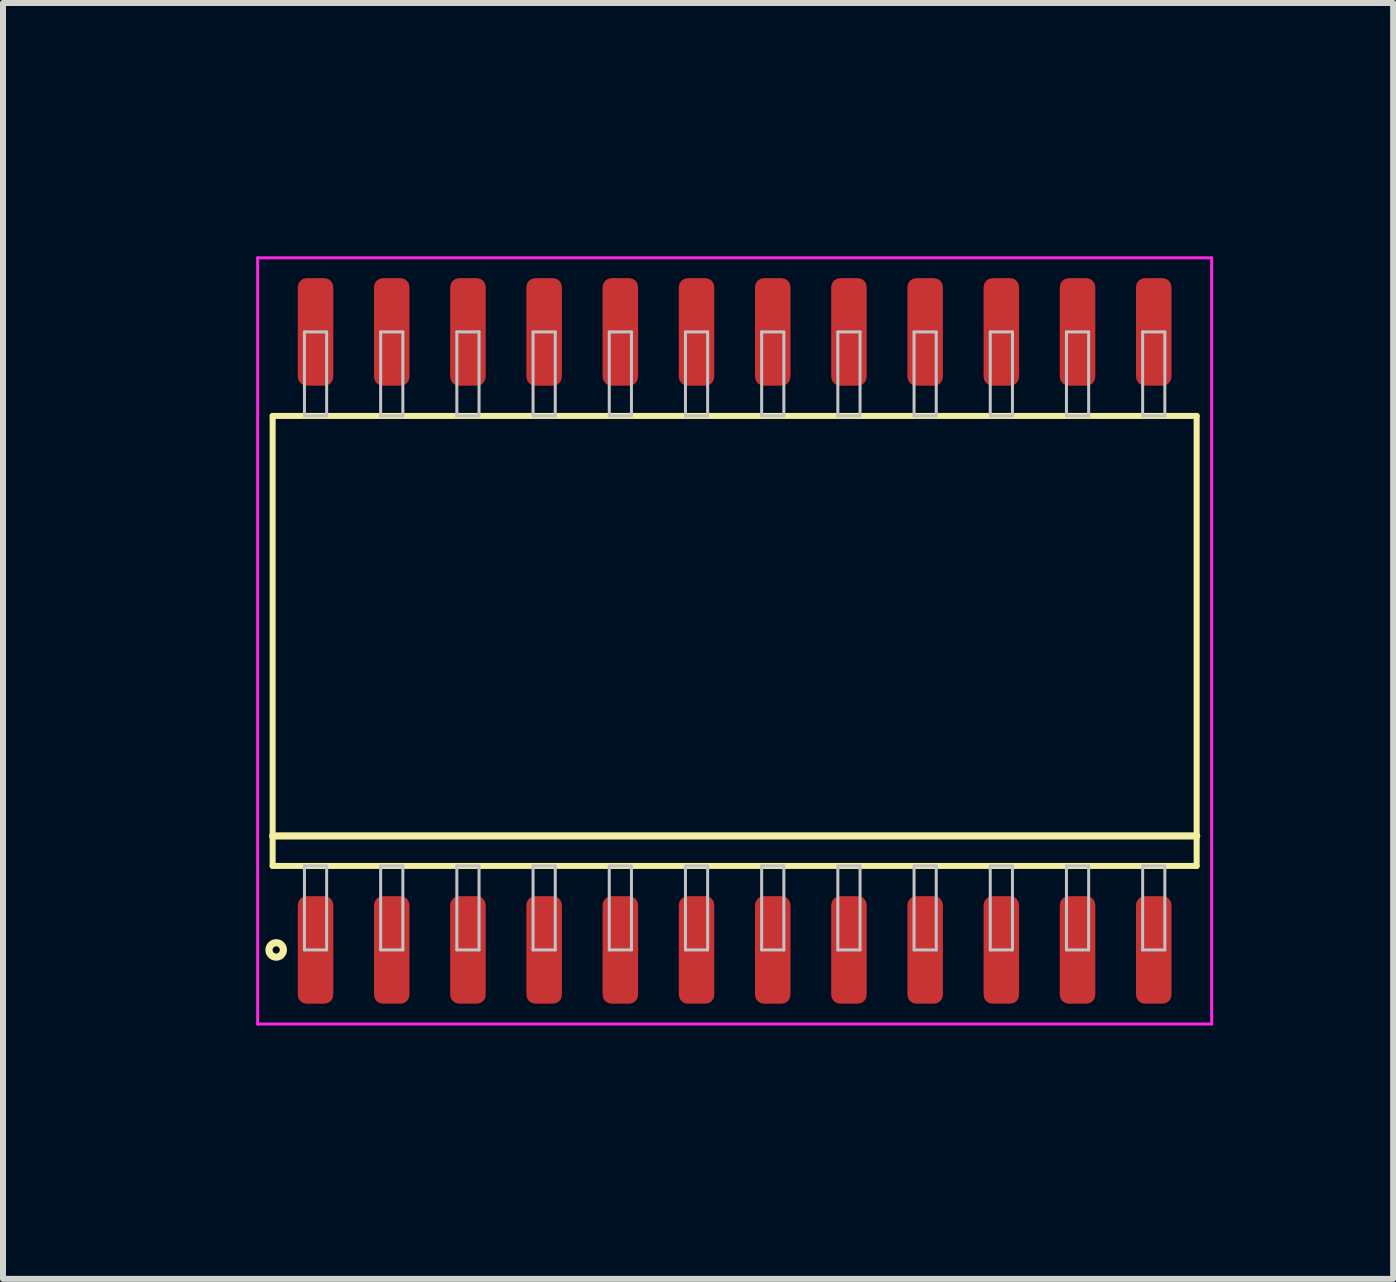
<source format=kicad_pcb>
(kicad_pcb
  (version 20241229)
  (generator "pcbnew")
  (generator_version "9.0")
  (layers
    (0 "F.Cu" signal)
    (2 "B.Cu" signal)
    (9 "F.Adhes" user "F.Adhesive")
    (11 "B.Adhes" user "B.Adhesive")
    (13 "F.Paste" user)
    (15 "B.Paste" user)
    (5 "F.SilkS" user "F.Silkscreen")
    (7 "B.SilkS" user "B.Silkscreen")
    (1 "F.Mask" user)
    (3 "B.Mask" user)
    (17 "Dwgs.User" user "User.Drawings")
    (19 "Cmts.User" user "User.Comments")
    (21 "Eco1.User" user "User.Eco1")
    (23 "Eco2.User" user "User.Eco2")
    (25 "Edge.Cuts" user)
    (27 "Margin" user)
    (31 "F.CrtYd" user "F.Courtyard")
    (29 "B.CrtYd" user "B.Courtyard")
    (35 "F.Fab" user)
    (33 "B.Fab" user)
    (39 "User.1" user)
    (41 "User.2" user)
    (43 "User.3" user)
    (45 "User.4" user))
  (footprint "SOIC127P1540x1030-24"
    (layer "F.Cu")
    (at 9.194 7.632)
    (property "Reference" "SOIC127P1540x1030-24" (at -8.55 0 90) (layer "User.1") (effects (font (size 0.8 0.8) (thickness 0.1))))
    (attr through_hole)
    (fp_line (start -7.7 -3.75) (end -7.7 3.75) (stroke (width 0.1) (type solid)) (layer "F.SilkS"))
    (fp_line (start -7.7 3.25) (end 7.7 3.25) (stroke (width 0.12) (type solid)) (layer "F.SilkS"))
    (fp_line (start -7.7 3.75) (end 7.7 3.75) (stroke (width 0.1) (type solid)) (layer "F.SilkS"))
    (fp_line (start 7.7 -3.75) (end -7.7 -3.75) (stroke (width 0.1) (type solid)) (layer "F.SilkS"))
    (fp_line (start 7.7 3.75) (end 7.7 -3.75) (stroke (width 0.1) (type solid)) (layer "F.SilkS"))
    (fp_circle (center -7.641 5.15) (end -7.521 5.15) (stroke (width 0.12) (type solid)) (fill no) (layer "F.SilkS"))
    (fp_line (start -7.17 -5.15) (end -7.17 -3.75) (stroke (width 0.05) (type solid)) (layer "Dwgs.User"))
    (fp_line (start -7.17 -3.75) (end -6.8 -3.75) (stroke (width 0.05) (type solid)) (layer "Dwgs.User"))
    (fp_line (start -7.17 3.75) (end -6.8 3.75) (stroke (width 0.05) (type solid)) (layer "Dwgs.User"))
    (fp_line (start -7.17 5.15) (end -7.17 3.75) (stroke (width 0.05) (type solid)) (layer "Dwgs.User"))
    (fp_line (start -6.8 -5.15) (end -7.17 -5.15) (stroke (width 0.05) (type solid)) (layer "Dwgs.User"))
    (fp_line (start -6.8 -3.75) (end -6.8 -5.15) (stroke (width 0.05) (type solid)) (layer "Dwgs.User"))
    (fp_line (start -6.8 3.75) (end -6.8 5.15) (stroke (width 0.05) (type solid)) (layer "Dwgs.User"))
    (fp_line (start -6.8 5.15) (end -7.17 5.15) (stroke (width 0.05) (type solid)) (layer "Dwgs.User"))
    (fp_line (start -5.9 -5.15) (end -5.9 -3.75) (stroke (width 0.05) (type solid)) (layer "Dwgs.User"))
    (fp_line (start -5.9 -3.75) (end -5.53 -3.75) (stroke (width 0.05) (type solid)) (layer "Dwgs.User"))
    (fp_line (start -5.9 3.75) (end -5.53 3.75) (stroke (width 0.05) (type solid)) (layer "Dwgs.User"))
    (fp_line (start -5.9 5.15) (end -5.9 3.75) (stroke (width 0.05) (type solid)) (layer "Dwgs.User"))
    (fp_line (start -5.53 -5.15) (end -5.9 -5.15) (stroke (width 0.05) (type solid)) (layer "Dwgs.User"))
    (fp_line (start -5.53 -3.75) (end -5.53 -5.15) (stroke (width 0.05) (type solid)) (layer "Dwgs.User"))
    (fp_line (start -5.53 3.75) (end -5.53 5.15) (stroke (width 0.05) (type solid)) (layer "Dwgs.User"))
    (fp_line (start -5.53 5.15) (end -5.9 5.15) (stroke (width 0.05) (type solid)) (layer "Dwgs.User"))
    (fp_line (start -4.63 -5.15) (end -4.63 -3.75) (stroke (width 0.05) (type solid)) (layer "Dwgs.User"))
    (fp_line (start -4.63 -3.75) (end -4.26 -3.75) (stroke (width 0.05) (type solid)) (layer "Dwgs.User"))
    (fp_line (start -4.63 3.75) (end -4.26 3.75) (stroke (width 0.05) (type solid)) (layer "Dwgs.User"))
    (fp_line (start -4.63 5.15) (end -4.63 3.75) (stroke (width 0.05) (type solid)) (layer "Dwgs.User"))
    (fp_line (start -4.26 -5.15) (end -4.63 -5.15) (stroke (width 0.05) (type solid)) (layer "Dwgs.User"))
    (fp_line (start -4.26 -3.75) (end -4.26 -5.15) (stroke (width 0.05) (type solid)) (layer "Dwgs.User"))
    (fp_line (start -4.26 3.75) (end -4.26 5.15) (stroke (width 0.05) (type solid)) (layer "Dwgs.User"))
    (fp_line (start -4.26 5.15) (end -4.63 5.15) (stroke (width 0.05) (type solid)) (layer "Dwgs.User"))
    (fp_line (start -3.36 -5.15) (end -3.36 -3.75) (stroke (width 0.05) (type solid)) (layer "Dwgs.User"))
    (fp_line (start -3.36 -3.75) (end -2.99 -3.75) (stroke (width 0.05) (type solid)) (layer "Dwgs.User"))
    (fp_line (start -3.36 3.75) (end -2.99 3.75) (stroke (width 0.05) (type solid)) (layer "Dwgs.User"))
    (fp_line (start -3.36 5.15) (end -3.36 3.75) (stroke (width 0.05) (type solid)) (layer "Dwgs.User"))
    (fp_line (start -2.99 -5.15) (end -3.36 -5.15) (stroke (width 0.05) (type solid)) (layer "Dwgs.User"))
    (fp_line (start -2.99 -3.75) (end -2.99 -5.15) (stroke (width 0.05) (type solid)) (layer "Dwgs.User"))
    (fp_line (start -2.99 3.75) (end -2.99 5.15) (stroke (width 0.05) (type solid)) (layer "Dwgs.User"))
    (fp_line (start -2.99 5.15) (end -3.36 5.15) (stroke (width 0.05) (type solid)) (layer "Dwgs.User"))
    (fp_line (start -2.09 -5.15) (end -2.09 -3.75) (stroke (width 0.05) (type solid)) (layer "Dwgs.User"))
    (fp_line (start -2.09 -3.75) (end -1.72 -3.75) (stroke (width 0.05) (type solid)) (layer "Dwgs.User"))
    (fp_line (start -2.09 3.75) (end -1.72 3.75) (stroke (width 0.05) (type solid)) (layer "Dwgs.User"))
    (fp_line (start -2.09 5.15) (end -2.09 3.75) (stroke (width 0.05) (type solid)) (layer "Dwgs.User"))
    (fp_line (start -1.72 -5.15) (end -2.09 -5.15) (stroke (width 0.05) (type solid)) (layer "Dwgs.User"))
    (fp_line (start -1.72 -3.75) (end -1.72 -5.15) (stroke (width 0.05) (type solid)) (layer "Dwgs.User"))
    (fp_line (start -1.72 3.75) (end -1.72 5.15) (stroke (width 0.05) (type solid)) (layer "Dwgs.User"))
    (fp_line (start -1.72 5.15) (end -2.09 5.15) (stroke (width 0.05) (type solid)) (layer "Dwgs.User"))
    (fp_line (start -0.82 -5.15) (end -0.82 -3.75) (stroke (width 0.05) (type solid)) (layer "Dwgs.User"))
    (fp_line (start -0.82 -3.75) (end -0.45 -3.75) (stroke (width 0.05) (type solid)) (layer "Dwgs.User"))
    (fp_line (start -0.82 3.75) (end -0.45 3.75) (stroke (width 0.05) (type solid)) (layer "Dwgs.User"))
    (fp_line (start -0.82 5.15) (end -0.82 3.75) (stroke (width 0.05) (type solid)) (layer "Dwgs.User"))
    (fp_line (start -0.45 -5.15) (end -0.82 -5.15) (stroke (width 0.05) (type solid)) (layer "Dwgs.User"))
    (fp_line (start -0.45 -3.75) (end -0.45 -5.15) (stroke (width 0.05) (type solid)) (layer "Dwgs.User"))
    (fp_line (start -0.45 3.75) (end -0.45 5.15) (stroke (width 0.05) (type solid)) (layer "Dwgs.User"))
    (fp_line (start -0.45 5.15) (end -0.82 5.15) (stroke (width 0.05) (type solid)) (layer "Dwgs.User"))
    (fp_line (start 0.45 -5.15) (end 0.45 -3.75) (stroke (width 0.05) (type solid)) (layer "Dwgs.User"))
    (fp_line (start 0.45 -3.75) (end 0.82 -3.75) (stroke (width 0.05) (type solid)) (layer "Dwgs.User"))
    (fp_line (start 0.45 3.75) (end 0.82 3.75) (stroke (width 0.05) (type solid)) (layer "Dwgs.User"))
    (fp_line (start 0.45 5.15) (end 0.45 3.75) (stroke (width 0.05) (type solid)) (layer "Dwgs.User"))
    (fp_line (start 0.82 -5.15) (end 0.45 -5.15) (stroke (width 0.05) (type solid)) (layer "Dwgs.User"))
    (fp_line (start 0.82 -3.75) (end 0.82 -5.15) (stroke (width 0.05) (type solid)) (layer "Dwgs.User"))
    (fp_line (start 0.82 3.75) (end 0.82 5.15) (stroke (width 0.05) (type solid)) (layer "Dwgs.User"))
    (fp_line (start 0.82 5.15) (end 0.45 5.15) (stroke (width 0.05) (type solid)) (layer "Dwgs.User"))
    (fp_line (start 1.72 -5.15) (end 1.72 -3.75) (stroke (width 0.05) (type solid)) (layer "Dwgs.User"))
    (fp_line (start 1.72 -3.75) (end 2.09 -3.75) (stroke (width 0.05) (type solid)) (layer "Dwgs.User"))
    (fp_line (start 1.72 3.75) (end 2.09 3.75) (stroke (width 0.05) (type solid)) (layer "Dwgs.User"))
    (fp_line (start 1.72 5.15) (end 1.72 3.75) (stroke (width 0.05) (type solid)) (layer "Dwgs.User"))
    (fp_line (start 2.09 -5.15) (end 1.72 -5.15) (stroke (width 0.05) (type solid)) (layer "Dwgs.User"))
    (fp_line (start 2.09 -3.75) (end 2.09 -5.15) (stroke (width 0.05) (type solid)) (layer "Dwgs.User"))
    (fp_line (start 2.09 3.75) (end 2.09 5.15) (stroke (width 0.05) (type solid)) (layer "Dwgs.User"))
    (fp_line (start 2.09 5.15) (end 1.72 5.15) (stroke (width 0.05) (type solid)) (layer "Dwgs.User"))
    (fp_line (start 2.99 -5.15) (end 2.99 -3.75) (stroke (width 0.05) (type solid)) (layer "Dwgs.User"))
    (fp_line (start 2.99 -3.75) (end 3.36 -3.75) (stroke (width 0.05) (type solid)) (layer "Dwgs.User"))
    (fp_line (start 2.99 3.75) (end 3.36 3.75) (stroke (width 0.05) (type solid)) (layer "Dwgs.User"))
    (fp_line (start 2.99 5.15) (end 2.99 3.75) (stroke (width 0.05) (type solid)) (layer "Dwgs.User"))
    (fp_line (start 3.36 -5.15) (end 2.99 -5.15) (stroke (width 0.05) (type solid)) (layer "Dwgs.User"))
    (fp_line (start 3.36 -3.75) (end 3.36 -5.15) (stroke (width 0.05) (type solid)) (layer "Dwgs.User"))
    (fp_line (start 3.36 3.75) (end 3.36 5.15) (stroke (width 0.05) (type solid)) (layer "Dwgs.User"))
    (fp_line (start 3.36 5.15) (end 2.99 5.15) (stroke (width 0.05) (type solid)) (layer "Dwgs.User"))
    (fp_line (start 4.26 -5.15) (end 4.26 -3.75) (stroke (width 0.05) (type solid)) (layer "Dwgs.User"))
    (fp_line (start 4.26 -3.75) (end 4.63 -3.75) (stroke (width 0.05) (type solid)) (layer "Dwgs.User"))
    (fp_line (start 4.26 3.75) (end 4.63 3.75) (stroke (width 0.05) (type solid)) (layer "Dwgs.User"))
    (fp_line (start 4.26 5.15) (end 4.26 3.75) (stroke (width 0.05) (type solid)) (layer "Dwgs.User"))
    (fp_line (start 4.63 -5.15) (end 4.26 -5.15) (stroke (width 0.05) (type solid)) (layer "Dwgs.User"))
    (fp_line (start 4.63 -3.75) (end 4.63 -5.15) (stroke (width 0.05) (type solid)) (layer "Dwgs.User"))
    (fp_line (start 4.63 3.75) (end 4.63 5.15) (stroke (width 0.05) (type solid)) (layer "Dwgs.User"))
    (fp_line (start 4.63 5.15) (end 4.26 5.15) (stroke (width 0.05) (type solid)) (layer "Dwgs.User"))
    (fp_line (start 5.53 -5.15) (end 5.53 -3.75) (stroke (width 0.05) (type solid)) (layer "Dwgs.User"))
    (fp_line (start 5.53 -3.75) (end 5.9 -3.75) (stroke (width 0.05) (type solid)) (layer "Dwgs.User"))
    (fp_line (start 5.53 3.75) (end 5.9 3.75) (stroke (width 0.05) (type solid)) (layer "Dwgs.User"))
    (fp_line (start 5.53 5.15) (end 5.53 3.75) (stroke (width 0.05) (type solid)) (layer "Dwgs.User"))
    (fp_line (start 5.9 -5.15) (end 5.53 -5.15) (stroke (width 0.05) (type solid)) (layer "Dwgs.User"))
    (fp_line (start 5.9 -3.75) (end 5.9 -5.15) (stroke (width 0.05) (type solid)) (layer "Dwgs.User"))
    (fp_line (start 5.9 3.75) (end 5.9 5.15) (stroke (width 0.05) (type solid)) (layer "Dwgs.User"))
    (fp_line (start 5.9 5.15) (end 5.53 5.15) (stroke (width 0.05) (type solid)) (layer "Dwgs.User"))
    (fp_line (start 6.8 -5.15) (end 6.8 -3.75) (stroke (width 0.05) (type solid)) (layer "Dwgs.User"))
    (fp_line (start 6.8 -3.75) (end 7.17 -3.75) (stroke (width 0.05) (type solid)) (layer "Dwgs.User"))
    (fp_line (start 6.8 3.75) (end 7.17 3.75) (stroke (width 0.05) (type solid)) (layer "Dwgs.User"))
    (fp_line (start 6.8 5.15) (end 6.8 3.75) (stroke (width 0.05) (type solid)) (layer "Dwgs.User"))
    (fp_line (start 7.17 -5.15) (end 6.8 -5.15) (stroke (width 0.05) (type solid)) (layer "Dwgs.User"))
    (fp_line (start 7.17 -3.75) (end 7.17 -5.15) (stroke (width 0.05) (type solid)) (layer "Dwgs.User"))
    (fp_line (start 7.17 3.75) (end 7.17 5.15) (stroke (width 0.05) (type solid)) (layer "Dwgs.User"))
    (fp_line (start 7.17 5.15) (end 6.8 5.15) (stroke (width 0.05) (type solid)) (layer "Dwgs.User"))
    (fp_line (start -7.95 -6.385) (end -7.95 6.385) (stroke (width 0.05) (type solid)) (layer "F.CrtYd"))
    (fp_line (start -7.95 6.385) (end 7.95 6.385) (stroke (width 0.05) (type solid)) (layer "F.CrtYd"))
    (fp_line (start 7.95 -6.385) (end -7.95 -6.385) (stroke (width 0.05) (type solid)) (layer "F.CrtYd"))
    (fp_line (start 7.95 6.385) (end 7.95 -6.385) (stroke (width 0.05) (type solid)) (layer "F.CrtYd"))
    (pad "1" smd roundrect (at -6.985 5.15) (size 0.592 1.792) (layers "F.Cu" "F.Mask" "F.Paste") (roundrect_rratio 0.25))
    (pad "2" smd roundrect (at -5.715 5.15) (size 0.592 1.792) (layers "F.Cu" "F.Mask" "F.Paste") (roundrect_rratio 0.25))
    (pad "3" smd roundrect (at -4.445 5.15) (size 0.592 1.792) (layers "F.Cu" "F.Mask" "F.Paste") (roundrect_rratio 0.25))
    (pad "4" smd roundrect (at -3.175 5.15) (size 0.592 1.792) (layers "F.Cu" "F.Mask" "F.Paste") (roundrect_rratio 0.25))
    (pad "5" smd roundrect (at -1.905 5.15) (size 0.592 1.792) (layers "F.Cu" "F.Mask" "F.Paste") (roundrect_rratio 0.25))
    (pad "6" smd roundrect (at -0.635 5.15) (size 0.592 1.792) (layers "F.Cu" "F.Mask" "F.Paste") (roundrect_rratio 0.25))
    (pad "7" smd roundrect (at 0.635 5.15) (size 0.592 1.792) (layers "F.Cu" "F.Mask" "F.Paste") (roundrect_rratio 0.25))
    (pad "8" smd roundrect (at 1.905 5.15) (size 0.592 1.792) (layers "F.Cu" "F.Mask" "F.Paste") (roundrect_rratio 0.25))
    (pad "9" smd roundrect (at 3.175 5.15) (size 0.592 1.792) (layers "F.Cu" "F.Mask" "F.Paste") (roundrect_rratio 0.25))
    (pad "10" smd roundrect (at 4.445 5.15) (size 0.592 1.792) (layers "F.Cu" "F.Mask" "F.Paste") (roundrect_rratio 0.25))
    (pad "11" smd roundrect (at 5.715 5.15) (size 0.592 1.792) (layers "F.Cu" "F.Mask" "F.Paste") (roundrect_rratio 0.25))
    (pad "12" smd roundrect (at 6.985 5.15) (size 0.592 1.792) (layers "F.Cu" "F.Mask" "F.Paste") (roundrect_rratio 0.25))
    (pad "13" smd roundrect (at 6.985 -5.15) (size 0.592 1.792) (layers "F.Cu" "F.Mask" "F.Paste") (roundrect_rratio 0.25))
    (pad "14" smd roundrect (at 5.715 -5.15) (size 0.592 1.792) (layers "F.Cu" "F.Mask" "F.Paste") (roundrect_rratio 0.25))
    (pad "15" smd roundrect (at 4.445 -5.15) (size 0.592 1.792) (layers "F.Cu" "F.Mask" "F.Paste") (roundrect_rratio 0.25))
    (pad "16" smd roundrect (at 3.175 -5.15) (size 0.592 1.792) (layers "F.Cu" "F.Mask" "F.Paste") (roundrect_rratio 0.25))
    (pad "17" smd roundrect (at 1.905 -5.15) (size 0.592 1.792) (layers "F.Cu" "F.Mask" "F.Paste") (roundrect_rratio 0.25))
    (pad "18" smd roundrect (at 0.635 -5.15) (size 0.592 1.792) (layers "F.Cu" "F.Mask" "F.Paste") (roundrect_rratio 0.25))
    (pad "19" smd roundrect (at -0.635 -5.15) (size 0.592 1.792) (layers "F.Cu" "F.Mask" "F.Paste") (roundrect_rratio 0.25))
    (pad "20" smd roundrect (at -1.905 -5.15) (size 0.592 1.792) (layers "F.Cu" "F.Mask" "F.Paste") (roundrect_rratio 0.25))
    (pad "21" smd roundrect (at -3.175 -5.15) (size 0.592 1.792) (layers "F.Cu" "F.Mask" "F.Paste") (roundrect_rratio 0.25))
    (pad "22" smd roundrect (at -4.445 -5.15) (size 0.592 1.792) (layers "F.Cu" "F.Mask" "F.Paste") (roundrect_rratio 0.25))
    (pad "23" smd roundrect (at -5.715 -5.15) (size 0.592 1.792) (layers "F.Cu" "F.Mask" "F.Paste") (roundrect_rratio 0.25))
    (pad "24" smd roundrect (at -6.985 -5.15) (size 0.592 1.792) (layers "F.Cu" "F.Mask" "F.Paste") (roundrect_rratio 0.25)))
  (gr_rect
    (start -3 -3)
    (end 20.169 18.264)
    (stroke (width 0.1) (type default))
    (fill no)
    (layer "Edge.Cuts")))
</source>
